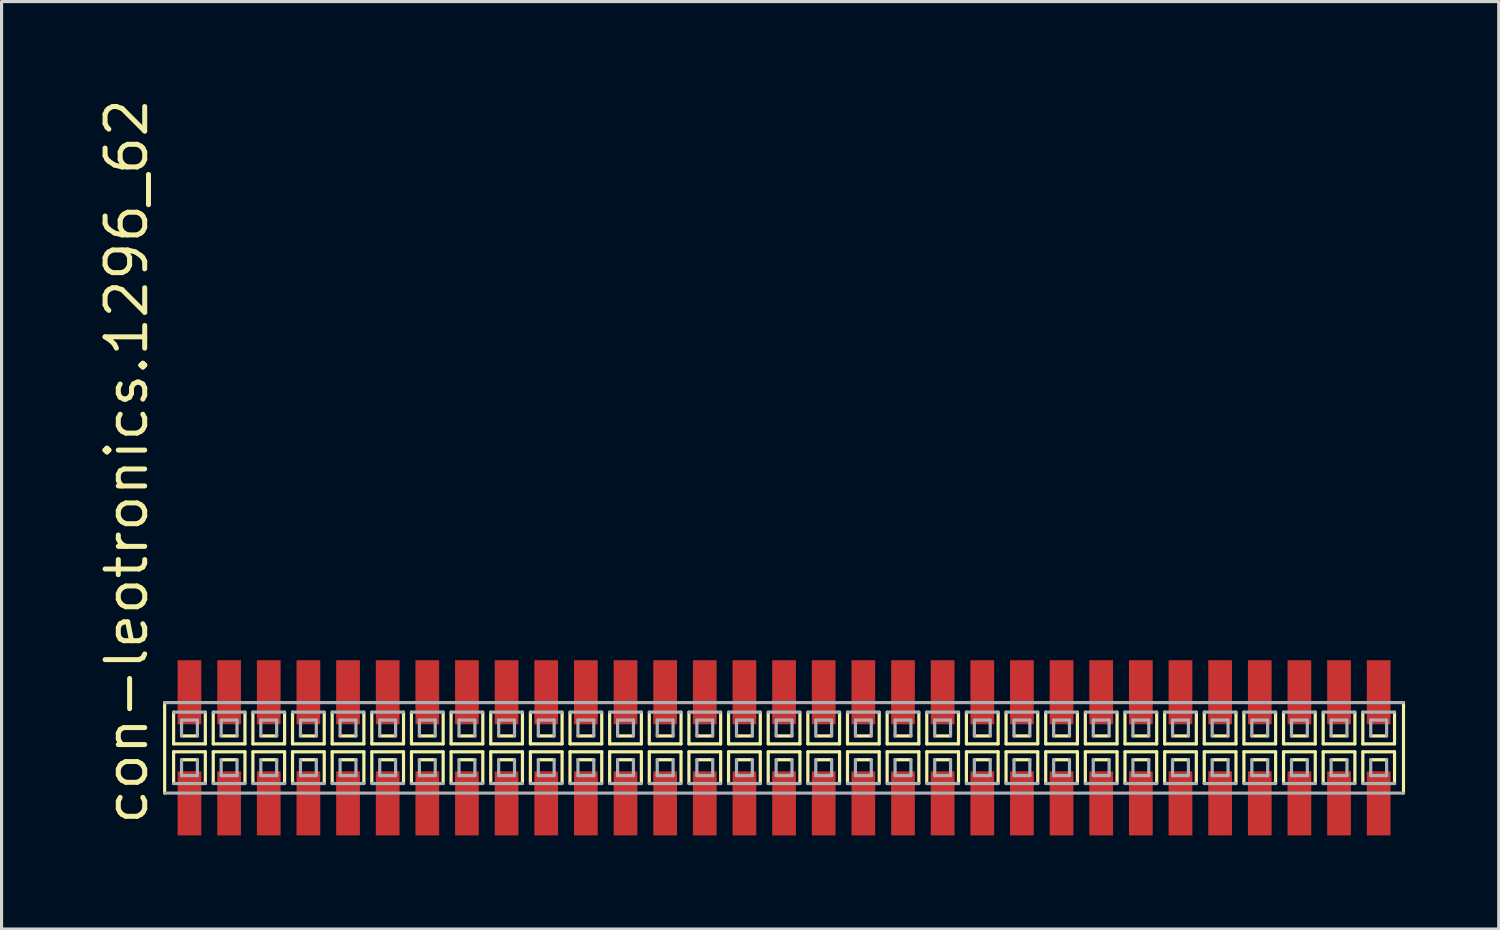
<source format=kicad_pcb>
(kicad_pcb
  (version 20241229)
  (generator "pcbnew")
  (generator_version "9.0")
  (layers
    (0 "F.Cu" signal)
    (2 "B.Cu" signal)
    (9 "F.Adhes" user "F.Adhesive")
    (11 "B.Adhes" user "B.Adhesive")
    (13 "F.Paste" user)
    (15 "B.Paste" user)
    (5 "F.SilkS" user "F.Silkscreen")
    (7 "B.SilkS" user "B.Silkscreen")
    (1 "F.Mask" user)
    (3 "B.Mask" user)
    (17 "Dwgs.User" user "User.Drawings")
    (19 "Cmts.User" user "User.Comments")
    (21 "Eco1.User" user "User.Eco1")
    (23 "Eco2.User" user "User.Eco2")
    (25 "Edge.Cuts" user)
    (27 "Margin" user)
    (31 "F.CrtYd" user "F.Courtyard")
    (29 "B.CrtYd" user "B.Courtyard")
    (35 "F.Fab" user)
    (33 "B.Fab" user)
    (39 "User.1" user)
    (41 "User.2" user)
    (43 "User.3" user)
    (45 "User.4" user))
  (footprint "con-leotronics.1296_62"
    (layer "F.Cu")
    (at 22.07 20.909)
    (property "Reference" "con-leotronics.1296_62" (at -20.32 2.54 90) (layer "F.SilkS") (effects (font (size 1.27 1.27) (thickness 0.16)) (justify left bottom)))
    (attr smd)
    (fp_line (start -19.845 -1.45) (end -19.845 1.45) (stroke (width 0.102) (type default)) (layer "F.SilkS"))
    (fp_line (start -19.558 -1.143) (end -19.558 -0.127) (stroke (width 0.102) (type default)) (layer "F.SilkS"))
    (fp_line (start -19.558 -0.127) (end -18.542 -0.127) (stroke (width 0.102) (type default)) (layer "F.SilkS"))
    (fp_line (start -19.558 0.127) (end -19.558 1.143) (stroke (width 0.102) (type default)) (layer "F.SilkS"))
    (fp_line (start -19.304 -0.381) (end -18.796 -0.381) (stroke (width 0.102) (type default)) (layer "F.SilkS"))
    (fp_line (start -18.796 0.381) (end -19.304 0.381) (stroke (width 0.102) (type default)) (layer "F.SilkS"))
    (fp_line (start -18.542 -0.127) (end -18.542 -1.143) (stroke (width 0.102) (type default)) (layer "F.SilkS"))
    (fp_line (start -18.542 0.127) (end -19.558 0.127) (stroke (width 0.102) (type default)) (layer "F.SilkS"))
    (fp_line (start -18.542 1.143) (end -18.542 0.127) (stroke (width 0.102) (type default)) (layer "F.SilkS"))
    (fp_line (start -18.288 -1.143) (end -18.288 -0.127) (stroke (width 0.102) (type default)) (layer "F.SilkS"))
    (fp_line (start -18.288 -0.127) (end -17.272 -0.127) (stroke (width 0.102) (type default)) (layer "F.SilkS"))
    (fp_line (start -18.288 0.127) (end -18.288 1.143) (stroke (width 0.102) (type default)) (layer "F.SilkS"))
    (fp_line (start -18.034 -0.381) (end -17.526 -0.381) (stroke (width 0.102) (type default)) (layer "F.SilkS"))
    (fp_line (start -17.526 0.381) (end -18.034 0.381) (stroke (width 0.102) (type default)) (layer "F.SilkS"))
    (fp_line (start -17.272 -0.127) (end -17.272 -1.143) (stroke (width 0.102) (type default)) (layer "F.SilkS"))
    (fp_line (start -17.272 0.127) (end -18.288 0.127) (stroke (width 0.102) (type default)) (layer "F.SilkS"))
    (fp_line (start -17.272 1.143) (end -17.272 0.127) (stroke (width 0.102) (type default)) (layer "F.SilkS"))
    (fp_line (start -17.018 -1.143) (end -17.018 -0.127) (stroke (width 0.102) (type default)) (layer "F.SilkS"))
    (fp_line (start -17.018 -0.127) (end -16.002 -0.127) (stroke (width 0.102) (type default)) (layer "F.SilkS"))
    (fp_line (start -17.018 0.127) (end -17.018 1.143) (stroke (width 0.102) (type default)) (layer "F.SilkS"))
    (fp_line (start -16.764 -0.381) (end -16.256 -0.381) (stroke (width 0.102) (type default)) (layer "F.SilkS"))
    (fp_line (start -16.256 0.381) (end -16.764 0.381) (stroke (width 0.102) (type default)) (layer "F.SilkS"))
    (fp_line (start -16.002 -0.127) (end -16.002 -1.143) (stroke (width 0.102) (type default)) (layer "F.SilkS"))
    (fp_line (start -16.002 0.127) (end -17.018 0.127) (stroke (width 0.102) (type default)) (layer "F.SilkS"))
    (fp_line (start -16.002 1.143) (end -16.002 0.127) (stroke (width 0.102) (type default)) (layer "F.SilkS"))
    (fp_line (start -15.748 -1.143) (end -15.748 -0.127) (stroke (width 0.102) (type default)) (layer "F.SilkS"))
    (fp_line (start -15.748 -0.127) (end -14.732 -0.127) (stroke (width 0.102) (type default)) (layer "F.SilkS"))
    (fp_line (start -15.748 0.127) (end -15.748 1.143) (stroke (width 0.102) (type default)) (layer "F.SilkS"))
    (fp_line (start -15.494 -0.381) (end -14.986 -0.381) (stroke (width 0.102) (type default)) (layer "F.SilkS"))
    (fp_line (start -14.986 0.381) (end -15.494 0.381) (stroke (width 0.102) (type default)) (layer "F.SilkS"))
    (fp_line (start -14.732 -0.127) (end -14.732 -1.143) (stroke (width 0.102) (type default)) (layer "F.SilkS"))
    (fp_line (start -14.732 0.127) (end -15.748 0.127) (stroke (width 0.102) (type default)) (layer "F.SilkS"))
    (fp_line (start -14.732 1.143) (end -14.732 0.127) (stroke (width 0.102) (type default)) (layer "F.SilkS"))
    (fp_line (start -14.478 -1.143) (end -14.478 -0.127) (stroke (width 0.102) (type default)) (layer "F.SilkS"))
    (fp_line (start -14.478 -0.127) (end -13.462 -0.127) (stroke (width 0.102) (type default)) (layer "F.SilkS"))
    (fp_line (start -14.478 0.127) (end -14.478 1.143) (stroke (width 0.102) (type default)) (layer "F.SilkS"))
    (fp_line (start -14.224 -0.381) (end -13.716 -0.381) (stroke (width 0.102) (type default)) (layer "F.SilkS"))
    (fp_line (start -13.716 0.381) (end -14.224 0.381) (stroke (width 0.102) (type default)) (layer "F.SilkS"))
    (fp_line (start -13.462 -0.127) (end -13.462 -1.143) (stroke (width 0.102) (type default)) (layer "F.SilkS"))
    (fp_line (start -13.462 0.127) (end -14.478 0.127) (stroke (width 0.102) (type default)) (layer "F.SilkS"))
    (fp_line (start -13.462 1.143) (end -13.462 0.127) (stroke (width 0.102) (type default)) (layer "F.SilkS"))
    (fp_line (start -13.208 -1.143) (end -13.208 -0.127) (stroke (width 0.102) (type default)) (layer "F.SilkS"))
    (fp_line (start -13.208 -0.127) (end -12.192 -0.127) (stroke (width 0.102) (type default)) (layer "F.SilkS"))
    (fp_line (start -13.208 0.127) (end -13.208 1.143) (stroke (width 0.102) (type default)) (layer "F.SilkS"))
    (fp_line (start -12.954 -0.381) (end -12.446 -0.381) (stroke (width 0.102) (type default)) (layer "F.SilkS"))
    (fp_line (start -12.446 0.381) (end -12.954 0.381) (stroke (width 0.102) (type default)) (layer "F.SilkS"))
    (fp_line (start -12.192 -0.127) (end -12.192 -1.143) (stroke (width 0.102) (type default)) (layer "F.SilkS"))
    (fp_line (start -12.192 0.127) (end -13.208 0.127) (stroke (width 0.102) (type default)) (layer "F.SilkS"))
    (fp_line (start -12.192 1.143) (end -12.192 0.127) (stroke (width 0.102) (type default)) (layer "F.SilkS"))
    (fp_line (start -11.938 -1.143) (end -11.938 -0.127) (stroke (width 0.102) (type default)) (layer "F.SilkS"))
    (fp_line (start -11.938 -0.127) (end -10.922 -0.127) (stroke (width 0.102) (type default)) (layer "F.SilkS"))
    (fp_line (start -11.938 0.127) (end -11.938 1.143) (stroke (width 0.102) (type default)) (layer "F.SilkS"))
    (fp_line (start -11.684 -0.381) (end -11.176 -0.381) (stroke (width 0.102) (type default)) (layer "F.SilkS"))
    (fp_line (start -11.176 0.381) (end -11.684 0.381) (stroke (width 0.102) (type default)) (layer "F.SilkS"))
    (fp_line (start -10.922 -0.127) (end -10.922 -1.143) (stroke (width 0.102) (type default)) (layer "F.SilkS"))
    (fp_line (start -10.922 0.127) (end -11.938 0.127) (stroke (width 0.102) (type default)) (layer "F.SilkS"))
    (fp_line (start -10.922 1.143) (end -10.922 0.127) (stroke (width 0.102) (type default)) (layer "F.SilkS"))
    (fp_line (start -10.668 -1.143) (end -10.668 -0.127) (stroke (width 0.102) (type default)) (layer "F.SilkS"))
    (fp_line (start -10.668 -0.127) (end -9.652 -0.127) (stroke (width 0.102) (type default)) (layer "F.SilkS"))
    (fp_line (start -10.668 0.127) (end -10.668 1.143) (stroke (width 0.102) (type default)) (layer "F.SilkS"))
    (fp_line (start -10.414 -0.381) (end -9.906 -0.381) (stroke (width 0.102) (type default)) (layer "F.SilkS"))
    (fp_line (start -9.906 0.381) (end -10.414 0.381) (stroke (width 0.102) (type default)) (layer "F.SilkS"))
    (fp_line (start -9.652 -0.127) (end -9.652 -1.143) (stroke (width 0.102) (type default)) (layer "F.SilkS"))
    (fp_line (start -9.652 0.127) (end -10.668 0.127) (stroke (width 0.102) (type default)) (layer "F.SilkS"))
    (fp_line (start -9.652 1.143) (end -9.652 0.127) (stroke (width 0.102) (type default)) (layer "F.SilkS"))
    (fp_line (start -9.398 -1.143) (end -9.398 -0.127) (stroke (width 0.102) (type default)) (layer "F.SilkS"))
    (fp_line (start -9.398 -0.127) (end -8.382 -0.127) (stroke (width 0.102) (type default)) (layer "F.SilkS"))
    (fp_line (start -9.398 0.127) (end -9.398 1.143) (stroke (width 0.102) (type default)) (layer "F.SilkS"))
    (fp_line (start -9.144 -0.381) (end -8.636 -0.381) (stroke (width 0.102) (type default)) (layer "F.SilkS"))
    (fp_line (start -8.636 0.381) (end -9.144 0.381) (stroke (width 0.102) (type default)) (layer "F.SilkS"))
    (fp_line (start -8.382 -0.127) (end -8.382 -1.143) (stroke (width 0.102) (type default)) (layer "F.SilkS"))
    (fp_line (start -8.382 0.127) (end -9.398 0.127) (stroke (width 0.102) (type default)) (layer "F.SilkS"))
    (fp_line (start -8.382 1.143) (end -8.382 0.127) (stroke (width 0.102) (type default)) (layer "F.SilkS"))
    (fp_line (start -8.128 -1.143) (end -8.128 -0.127) (stroke (width 0.102) (type default)) (layer "F.SilkS"))
    (fp_line (start -8.128 -0.127) (end -7.112 -0.127) (stroke (width 0.102) (type default)) (layer "F.SilkS"))
    (fp_line (start -8.128 0.127) (end -8.128 1.143) (stroke (width 0.102) (type default)) (layer "F.SilkS"))
    (fp_line (start -7.874 -0.381) (end -7.366 -0.381) (stroke (width 0.102) (type default)) (layer "F.SilkS"))
    (fp_line (start -7.366 0.381) (end -7.874 0.381) (stroke (width 0.102) (type default)) (layer "F.SilkS"))
    (fp_line (start -7.112 -0.127) (end -7.112 -1.143) (stroke (width 0.102) (type default)) (layer "F.SilkS"))
    (fp_line (start -7.112 0.127) (end -8.128 0.127) (stroke (width 0.102) (type default)) (layer "F.SilkS"))
    (fp_line (start -7.112 1.143) (end -7.112 0.127) (stroke (width 0.102) (type default)) (layer "F.SilkS"))
    (fp_line (start -6.858 -1.143) (end -6.858 -0.127) (stroke (width 0.102) (type default)) (layer "F.SilkS"))
    (fp_line (start -6.858 -0.127) (end -5.842 -0.127) (stroke (width 0.102) (type default)) (layer "F.SilkS"))
    (fp_line (start -6.858 0.127) (end -6.858 1.143) (stroke (width 0.102) (type default)) (layer "F.SilkS"))
    (fp_line (start -6.604 -0.381) (end -6.096 -0.381) (stroke (width 0.102) (type default)) (layer "F.SilkS"))
    (fp_line (start -6.096 0.381) (end -6.604 0.381) (stroke (width 0.102) (type default)) (layer "F.SilkS"))
    (fp_line (start -5.842 -0.127) (end -5.842 -1.143) (stroke (width 0.102) (type default)) (layer "F.SilkS"))
    (fp_line (start -5.842 0.127) (end -6.858 0.127) (stroke (width 0.102) (type default)) (layer "F.SilkS"))
    (fp_line (start -5.842 1.143) (end -5.842 0.127) (stroke (width 0.102) (type default)) (layer "F.SilkS"))
    (fp_line (start -5.588 -1.143) (end -5.588 -0.127) (stroke (width 0.102) (type default)) (layer "F.SilkS"))
    (fp_line (start -5.588 -0.127) (end -4.572 -0.127) (stroke (width 0.102) (type default)) (layer "F.SilkS"))
    (fp_line (start -5.588 0.127) (end -5.588 1.143) (stroke (width 0.102) (type default)) (layer "F.SilkS"))
    (fp_line (start -5.334 -0.381) (end -4.826 -0.381) (stroke (width 0.102) (type default)) (layer "F.SilkS"))
    (fp_line (start -4.826 0.381) (end -5.334 0.381) (stroke (width 0.102) (type default)) (layer "F.SilkS"))
    (fp_line (start -4.572 -0.127) (end -4.572 -1.143) (stroke (width 0.102) (type default)) (layer "F.SilkS"))
    (fp_line (start -4.572 0.127) (end -5.588 0.127) (stroke (width 0.102) (type default)) (layer "F.SilkS"))
    (fp_line (start -4.572 1.143) (end -4.572 0.127) (stroke (width 0.102) (type default)) (layer "F.SilkS"))
    (fp_line (start -4.318 -1.143) (end -4.318 -0.127) (stroke (width 0.102) (type default)) (layer "F.SilkS"))
    (fp_line (start -4.318 -0.127) (end -3.302 -0.127) (stroke (width 0.102) (type default)) (layer "F.SilkS"))
    (fp_line (start -4.318 0.127) (end -4.318 1.143) (stroke (width 0.102) (type default)) (layer "F.SilkS"))
    (fp_line (start -4.064 -0.381) (end -3.556 -0.381) (stroke (width 0.102) (type default)) (layer "F.SilkS"))
    (fp_line (start -3.556 0.381) (end -4.064 0.381) (stroke (width 0.102) (type default)) (layer "F.SilkS"))
    (fp_line (start -3.302 -0.127) (end -3.302 -1.143) (stroke (width 0.102) (type default)) (layer "F.SilkS"))
    (fp_line (start -3.302 0.127) (end -4.318 0.127) (stroke (width 0.102) (type default)) (layer "F.SilkS"))
    (fp_line (start -3.302 1.143) (end -3.302 0.127) (stroke (width 0.102) (type default)) (layer "F.SilkS"))
    (fp_line (start -3.048 -1.143) (end -3.048 -0.127) (stroke (width 0.102) (type default)) (layer "F.SilkS"))
    (fp_line (start -3.048 -0.127) (end -2.032 -0.127) (stroke (width 0.102) (type default)) (layer "F.SilkS"))
    (fp_line (start -3.048 0.127) (end -3.048 1.143) (stroke (width 0.102) (type default)) (layer "F.SilkS"))
    (fp_line (start -2.794 -0.381) (end -2.286 -0.381) (stroke (width 0.102) (type default)) (layer "F.SilkS"))
    (fp_line (start -2.286 0.381) (end -2.794 0.381) (stroke (width 0.102) (type default)) (layer "F.SilkS"))
    (fp_line (start -2.032 -0.127) (end -2.032 -1.143) (stroke (width 0.102) (type default)) (layer "F.SilkS"))
    (fp_line (start -2.032 0.127) (end -3.048 0.127) (stroke (width 0.102) (type default)) (layer "F.SilkS"))
    (fp_line (start -2.032 1.143) (end -2.032 0.127) (stroke (width 0.102) (type default)) (layer "F.SilkS"))
    (fp_line (start -1.778 -1.143) (end -1.778 -0.127) (stroke (width 0.102) (type default)) (layer "F.SilkS"))
    (fp_line (start -1.778 -0.127) (end -0.762 -0.127) (stroke (width 0.102) (type default)) (layer "F.SilkS"))
    (fp_line (start -1.778 0.127) (end -1.778 1.143) (stroke (width 0.102) (type default)) (layer "F.SilkS"))
    (fp_line (start -1.524 -0.381) (end -1.016 -0.381) (stroke (width 0.102) (type default)) (layer "F.SilkS"))
    (fp_line (start -1.016 0.381) (end -1.524 0.381) (stroke (width 0.102) (type default)) (layer "F.SilkS"))
    (fp_line (start -0.762 -0.127) (end -0.762 -1.143) (stroke (width 0.102) (type default)) (layer "F.SilkS"))
    (fp_line (start -0.762 0.127) (end -1.778 0.127) (stroke (width 0.102) (type default)) (layer "F.SilkS"))
    (fp_line (start -0.762 1.143) (end -0.762 0.127) (stroke (width 0.102) (type default)) (layer "F.SilkS"))
    (fp_line (start -0.508 -1.143) (end -0.508 -0.127) (stroke (width 0.102) (type default)) (layer "F.SilkS"))
    (fp_line (start -0.508 -0.127) (end 0.508 -0.127) (stroke (width 0.102) (type default)) (layer "F.SilkS"))
    (fp_line (start -0.508 0.127) (end -0.508 1.143) (stroke (width 0.102) (type default)) (layer "F.SilkS"))
    (fp_line (start -0.254 -0.381) (end 0.254 -0.381) (stroke (width 0.102) (type default)) (layer "F.SilkS"))
    (fp_line (start 0.254 0.381) (end -0.254 0.381) (stroke (width 0.102) (type default)) (layer "F.SilkS"))
    (fp_line (start 0.508 -0.127) (end 0.508 -1.143) (stroke (width 0.102) (type default)) (layer "F.SilkS"))
    (fp_line (start 0.508 0.127) (end -0.508 0.127) (stroke (width 0.102) (type default)) (layer "F.SilkS"))
    (fp_line (start 0.508 1.143) (end 0.508 0.127) (stroke (width 0.102) (type default)) (layer "F.SilkS"))
    (fp_line (start 0.762 -1.143) (end 0.762 -0.127) (stroke (width 0.102) (type default)) (layer "F.SilkS"))
    (fp_line (start 0.762 -0.127) (end 1.778 -0.127) (stroke (width 0.102) (type default)) (layer "F.SilkS"))
    (fp_line (start 0.762 0.127) (end 0.762 1.143) (stroke (width 0.102) (type default)) (layer "F.SilkS"))
    (fp_line (start 1.016 -0.381) (end 1.524 -0.381) (stroke (width 0.102) (type default)) (layer "F.SilkS"))
    (fp_line (start 1.524 0.381) (end 1.016 0.381) (stroke (width 0.102) (type default)) (layer "F.SilkS"))
    (fp_line (start 1.778 -0.127) (end 1.778 -1.143) (stroke (width 0.102) (type default)) (layer "F.SilkS"))
    (fp_line (start 1.778 0.127) (end 0.762 0.127) (stroke (width 0.102) (type default)) (layer "F.SilkS"))
    (fp_line (start 1.778 1.143) (end 1.778 0.127) (stroke (width 0.102) (type default)) (layer "F.SilkS"))
    (fp_line (start 2.032 -1.143) (end 2.032 -0.127) (stroke (width 0.102) (type default)) (layer "F.SilkS"))
    (fp_line (start 2.032 -0.127) (end 3.048 -0.127) (stroke (width 0.102) (type default)) (layer "F.SilkS"))
    (fp_line (start 2.032 0.127) (end 2.032 1.143) (stroke (width 0.102) (type default)) (layer "F.SilkS"))
    (fp_line (start 2.286 -0.381) (end 2.794 -0.381) (stroke (width 0.102) (type default)) (layer "F.SilkS"))
    (fp_line (start 2.794 0.381) (end 2.286 0.381) (stroke (width 0.102) (type default)) (layer "F.SilkS"))
    (fp_line (start 3.048 -0.127) (end 3.048 -1.143) (stroke (width 0.102) (type default)) (layer "F.SilkS"))
    (fp_line (start 3.048 0.127) (end 2.032 0.127) (stroke (width 0.102) (type default)) (layer "F.SilkS"))
    (fp_line (start 3.048 1.143) (end 3.048 0.127) (stroke (width 0.102) (type default)) (layer "F.SilkS"))
    (fp_line (start 3.302 -1.143) (end 3.302 -0.127) (stroke (width 0.102) (type default)) (layer "F.SilkS"))
    (fp_line (start 3.302 -0.127) (end 4.318 -0.127) (stroke (width 0.102) (type default)) (layer "F.SilkS"))
    (fp_line (start 3.302 0.127) (end 3.302 1.143) (stroke (width 0.102) (type default)) (layer "F.SilkS"))
    (fp_line (start 3.556 -0.381) (end 4.064 -0.381) (stroke (width 0.102) (type default)) (layer "F.SilkS"))
    (fp_line (start 4.064 0.381) (end 3.556 0.381) (stroke (width 0.102) (type default)) (layer "F.SilkS"))
    (fp_line (start 4.318 -0.127) (end 4.318 -1.143) (stroke (width 0.102) (type default)) (layer "F.SilkS"))
    (fp_line (start 4.318 0.127) (end 3.302 0.127) (stroke (width 0.102) (type default)) (layer "F.SilkS"))
    (fp_line (start 4.318 1.143) (end 4.318 0.127) (stroke (width 0.102) (type default)) (layer "F.SilkS"))
    (fp_line (start 4.572 -1.143) (end 4.572 -0.127) (stroke (width 0.102) (type default)) (layer "F.SilkS"))
    (fp_line (start 4.572 -0.127) (end 5.588 -0.127) (stroke (width 0.102) (type default)) (layer "F.SilkS"))
    (fp_line (start 4.572 0.127) (end 4.572 1.143) (stroke (width 0.102) (type default)) (layer "F.SilkS"))
    (fp_line (start 4.826 -0.381) (end 5.334 -0.381) (stroke (width 0.102) (type default)) (layer "F.SilkS"))
    (fp_line (start 5.334 0.381) (end 4.826 0.381) (stroke (width 0.102) (type default)) (layer "F.SilkS"))
    (fp_line (start 5.588 -0.127) (end 5.588 -1.143) (stroke (width 0.102) (type default)) (layer "F.SilkS"))
    (fp_line (start 5.588 0.127) (end 4.572 0.127) (stroke (width 0.102) (type default)) (layer "F.SilkS"))
    (fp_line (start 5.588 1.143) (end 5.588 0.127) (stroke (width 0.102) (type default)) (layer "F.SilkS"))
    (fp_line (start 5.842 -1.143) (end 5.842 -0.127) (stroke (width 0.102) (type default)) (layer "F.SilkS"))
    (fp_line (start 5.842 -0.127) (end 6.858 -0.127) (stroke (width 0.102) (type default)) (layer "F.SilkS"))
    (fp_line (start 5.842 0.127) (end 5.842 1.143) (stroke (width 0.102) (type default)) (layer "F.SilkS"))
    (fp_line (start 6.096 -0.381) (end 6.604 -0.381) (stroke (width 0.102) (type default)) (layer "F.SilkS"))
    (fp_line (start 6.604 0.381) (end 6.096 0.381) (stroke (width 0.102) (type default)) (layer "F.SilkS"))
    (fp_line (start 6.858 -0.127) (end 6.858 -1.143) (stroke (width 0.102) (type default)) (layer "F.SilkS"))
    (fp_line (start 6.858 0.127) (end 5.842 0.127) (stroke (width 0.102) (type default)) (layer "F.SilkS"))
    (fp_line (start 6.858 1.143) (end 6.858 0.127) (stroke (width 0.102) (type default)) (layer "F.SilkS"))
    (fp_line (start 7.112 -1.143) (end 7.112 -0.127) (stroke (width 0.102) (type default)) (layer "F.SilkS"))
    (fp_line (start 7.112 -0.127) (end 8.128 -0.127) (stroke (width 0.102) (type default)) (layer "F.SilkS"))
    (fp_line (start 7.112 0.127) (end 7.112 1.143) (stroke (width 0.102) (type default)) (layer "F.SilkS"))
    (fp_line (start 7.366 -0.381) (end 7.874 -0.381) (stroke (width 0.102) (type default)) (layer "F.SilkS"))
    (fp_line (start 7.874 0.381) (end 7.366 0.381) (stroke (width 0.102) (type default)) (layer "F.SilkS"))
    (fp_line (start 8.128 -0.127) (end 8.128 -1.143) (stroke (width 0.102) (type default)) (layer "F.SilkS"))
    (fp_line (start 8.128 0.127) (end 7.112 0.127) (stroke (width 0.102) (type default)) (layer "F.SilkS"))
    (fp_line (start 8.128 1.143) (end 8.128 0.127) (stroke (width 0.102) (type default)) (layer "F.SilkS"))
    (fp_line (start 8.382 -1.143) (end 8.382 -0.127) (stroke (width 0.102) (type default)) (layer "F.SilkS"))
    (fp_line (start 8.382 -0.127) (end 9.398 -0.127) (stroke (width 0.102) (type default)) (layer "F.SilkS"))
    (fp_line (start 8.382 0.127) (end 8.382 1.143) (stroke (width 0.102) (type default)) (layer "F.SilkS"))
    (fp_line (start 8.636 -0.381) (end 9.144 -0.381) (stroke (width 0.102) (type default)) (layer "F.SilkS"))
    (fp_line (start 9.144 0.381) (end 8.636 0.381) (stroke (width 0.102) (type default)) (layer "F.SilkS"))
    (fp_line (start 9.398 -0.127) (end 9.398 -1.143) (stroke (width 0.102) (type default)) (layer "F.SilkS"))
    (fp_line (start 9.398 0.127) (end 8.382 0.127) (stroke (width 0.102) (type default)) (layer "F.SilkS"))
    (fp_line (start 9.398 1.143) (end 9.398 0.127) (stroke (width 0.102) (type default)) (layer "F.SilkS"))
    (fp_line (start 9.652 -1.143) (end 9.652 -0.127) (stroke (width 0.102) (type default)) (layer "F.SilkS"))
    (fp_line (start 9.652 -0.127) (end 10.668 -0.127) (stroke (width 0.102) (type default)) (layer "F.SilkS"))
    (fp_line (start 9.652 0.127) (end 9.652 1.143) (stroke (width 0.102) (type default)) (layer "F.SilkS"))
    (fp_line (start 9.906 -0.381) (end 10.414 -0.381) (stroke (width 0.102) (type default)) (layer "F.SilkS"))
    (fp_line (start 10.414 0.381) (end 9.906 0.381) (stroke (width 0.102) (type default)) (layer "F.SilkS"))
    (fp_line (start 10.668 -0.127) (end 10.668 -1.143) (stroke (width 0.102) (type default)) (layer "F.SilkS"))
    (fp_line (start 10.668 0.127) (end 9.652 0.127) (stroke (width 0.102) (type default)) (layer "F.SilkS"))
    (fp_line (start 10.668 1.143) (end 10.668 0.127) (stroke (width 0.102) (type default)) (layer "F.SilkS"))
    (fp_line (start 10.922 -1.143) (end 10.922 -0.127) (stroke (width 0.102) (type default)) (layer "F.SilkS"))
    (fp_line (start 10.922 -0.127) (end 11.938 -0.127) (stroke (width 0.102) (type default)) (layer "F.SilkS"))
    (fp_line (start 10.922 0.127) (end 10.922 1.143) (stroke (width 0.102) (type default)) (layer "F.SilkS"))
    (fp_line (start 11.176 -0.381) (end 11.684 -0.381) (stroke (width 0.102) (type default)) (layer "F.SilkS"))
    (fp_line (start 11.684 0.381) (end 11.176 0.381) (stroke (width 0.102) (type default)) (layer "F.SilkS"))
    (fp_line (start 11.938 -0.127) (end 11.938 -1.143) (stroke (width 0.102) (type default)) (layer "F.SilkS"))
    (fp_line (start 11.938 0.127) (end 10.922 0.127) (stroke (width 0.102) (type default)) (layer "F.SilkS"))
    (fp_line (start 11.938 1.143) (end 11.938 0.127) (stroke (width 0.102) (type default)) (layer "F.SilkS"))
    (fp_line (start 12.192 -1.143) (end 12.192 -0.127) (stroke (width 0.102) (type default)) (layer "F.SilkS"))
    (fp_line (start 12.192 -0.127) (end 13.208 -0.127) (stroke (width 0.102) (type default)) (layer "F.SilkS"))
    (fp_line (start 12.192 0.127) (end 12.192 1.143) (stroke (width 0.102) (type default)) (layer "F.SilkS"))
    (fp_line (start 12.446 -0.381) (end 12.954 -0.381) (stroke (width 0.102) (type default)) (layer "F.SilkS"))
    (fp_line (start 12.954 0.381) (end 12.446 0.381) (stroke (width 0.102) (type default)) (layer "F.SilkS"))
    (fp_line (start 13.208 -0.127) (end 13.208 -1.143) (stroke (width 0.102) (type default)) (layer "F.SilkS"))
    (fp_line (start 13.208 0.127) (end 12.192 0.127) (stroke (width 0.102) (type default)) (layer "F.SilkS"))
    (fp_line (start 13.208 1.143) (end 13.208 0.127) (stroke (width 0.102) (type default)) (layer "F.SilkS"))
    (fp_line (start 13.462 -1.143) (end 13.462 -0.127) (stroke (width 0.102) (type default)) (layer "F.SilkS"))
    (fp_line (start 13.462 -0.127) (end 14.478 -0.127) (stroke (width 0.102) (type default)) (layer "F.SilkS"))
    (fp_line (start 13.462 0.127) (end 13.462 1.143) (stroke (width 0.102) (type default)) (layer "F.SilkS"))
    (fp_line (start 13.716 -0.381) (end 14.224 -0.381) (stroke (width 0.102) (type default)) (layer "F.SilkS"))
    (fp_line (start 14.224 0.381) (end 13.716 0.381) (stroke (width 0.102) (type default)) (layer "F.SilkS"))
    (fp_line (start 14.478 -0.127) (end 14.478 -1.143) (stroke (width 0.102) (type default)) (layer "F.SilkS"))
    (fp_line (start 14.478 0.127) (end 13.462 0.127) (stroke (width 0.102) (type default)) (layer "F.SilkS"))
    (fp_line (start 14.478 1.143) (end 14.478 0.127) (stroke (width 0.102) (type default)) (layer "F.SilkS"))
    (fp_line (start 14.732 -1.143) (end 14.732 -0.127) (stroke (width 0.102) (type default)) (layer "F.SilkS"))
    (fp_line (start 14.732 -0.127) (end 15.748 -0.127) (stroke (width 0.102) (type default)) (layer "F.SilkS"))
    (fp_line (start 14.732 0.127) (end 14.732 1.143) (stroke (width 0.102) (type default)) (layer "F.SilkS"))
    (fp_line (start 14.986 -0.381) (end 15.494 -0.381) (stroke (width 0.102) (type default)) (layer "F.SilkS"))
    (fp_line (start 15.494 0.381) (end 14.986 0.381) (stroke (width 0.102) (type default)) (layer "F.SilkS"))
    (fp_line (start 15.748 -0.127) (end 15.748 -1.143) (stroke (width 0.102) (type default)) (layer "F.SilkS"))
    (fp_line (start 15.748 0.127) (end 14.732 0.127) (stroke (width 0.102) (type default)) (layer "F.SilkS"))
    (fp_line (start 15.748 1.143) (end 15.748 0.127) (stroke (width 0.102) (type default)) (layer "F.SilkS"))
    (fp_line (start 16.002 -1.143) (end 16.002 -0.127) (stroke (width 0.102) (type default)) (layer "F.SilkS"))
    (fp_line (start 16.002 -0.127) (end 17.018 -0.127) (stroke (width 0.102) (type default)) (layer "F.SilkS"))
    (fp_line (start 16.002 0.127) (end 16.002 1.143) (stroke (width 0.102) (type default)) (layer "F.SilkS"))
    (fp_line (start 16.256 -0.381) (end 16.764 -0.381) (stroke (width 0.102) (type default)) (layer "F.SilkS"))
    (fp_line (start 16.764 0.381) (end 16.256 0.381) (stroke (width 0.102) (type default)) (layer "F.SilkS"))
    (fp_line (start 17.018 -0.127) (end 17.018 -1.143) (stroke (width 0.102) (type default)) (layer "F.SilkS"))
    (fp_line (start 17.018 0.127) (end 16.002 0.127) (stroke (width 0.102) (type default)) (layer "F.SilkS"))
    (fp_line (start 17.018 1.143) (end 17.018 0.127) (stroke (width 0.102) (type default)) (layer "F.SilkS"))
    (fp_line (start 17.272 -1.143) (end 17.272 -0.127) (stroke (width 0.102) (type default)) (layer "F.SilkS"))
    (fp_line (start 17.272 -0.127) (end 18.288 -0.127) (stroke (width 0.102) (type default)) (layer "F.SilkS"))
    (fp_line (start 17.272 0.127) (end 17.272 1.143) (stroke (width 0.102) (type default)) (layer "F.SilkS"))
    (fp_line (start 17.526 -0.381) (end 18.034 -0.381) (stroke (width 0.102) (type default)) (layer "F.SilkS"))
    (fp_line (start 18.034 0.381) (end 17.526 0.381) (stroke (width 0.102) (type default)) (layer "F.SilkS"))
    (fp_line (start 18.288 -0.127) (end 18.288 -1.143) (stroke (width 0.102) (type default)) (layer "F.SilkS"))
    (fp_line (start 18.288 0.127) (end 17.272 0.127) (stroke (width 0.102) (type default)) (layer "F.SilkS"))
    (fp_line (start 18.288 1.143) (end 18.288 0.127) (stroke (width 0.102) (type default)) (layer "F.SilkS"))
    (fp_line (start 18.542 -1.143) (end 18.542 -0.127) (stroke (width 0.102) (type default)) (layer "F.SilkS"))
    (fp_line (start 18.542 -0.127) (end 19.558 -0.127) (stroke (width 0.102) (type default)) (layer "F.SilkS"))
    (fp_line (start 18.542 0.127) (end 18.542 1.143) (stroke (width 0.102) (type default)) (layer "F.SilkS"))
    (fp_line (start 18.796 -0.381) (end 19.304 -0.381) (stroke (width 0.102) (type default)) (layer "F.SilkS"))
    (fp_line (start 19.304 0.381) (end 18.796 0.381) (stroke (width 0.102) (type default)) (layer "F.SilkS"))
    (fp_line (start 19.558 -0.127) (end 19.558 -1.143) (stroke (width 0.102) (type default)) (layer "F.SilkS"))
    (fp_line (start 19.558 0.127) (end 18.542 0.127) (stroke (width 0.102) (type default)) (layer "F.SilkS"))
    (fp_line (start 19.558 1.143) (end 19.558 0.127) (stroke (width 0.102) (type default)) (layer "F.SilkS"))
    (fp_line (start 19.845 1.45) (end 19.845 -1.45) (stroke (width 0.102) (type default)) (layer "F.SilkS"))
    (fp_line (start -19.845 1.45) (end 19.845 1.45) (stroke (width 0.102) (type default)) (layer "F.Fab"))
    (fp_line (start -19.558 1.143) (end -18.542 1.143) (stroke (width 0.102) (type default)) (layer "F.Fab"))
    (fp_line (start -19.304 -0.889) (end -19.304 -0.381) (stroke (width 0.102) (type default)) (layer "F.Fab"))
    (fp_line (start -19.304 0.381) (end -19.304 0.889) (stroke (width 0.102) (type default)) (layer "F.Fab"))
    (fp_line (start -19.304 0.889) (end -18.796 0.889) (stroke (width 0.102) (type default)) (layer "F.Fab"))
    (fp_line (start -18.796 -0.889) (end -19.304 -0.889) (stroke (width 0.102) (type default)) (layer "F.Fab"))
    (fp_line (start -18.796 -0.381) (end -18.796 -0.889) (stroke (width 0.102) (type default)) (layer "F.Fab"))
    (fp_line (start -18.796 0.889) (end -18.796 0.381) (stroke (width 0.102) (type default)) (layer "F.Fab"))
    (fp_line (start -18.542 -1.143) (end -19.558 -1.143) (stroke (width 0.102) (type default)) (layer "F.Fab"))
    (fp_line (start -18.288 1.143) (end -17.272 1.143) (stroke (width 0.102) (type default)) (layer "F.Fab"))
    (fp_line (start -18.034 -0.889) (end -18.034 -0.381) (stroke (width 0.102) (type default)) (layer "F.Fab"))
    (fp_line (start -18.034 0.381) (end -18.034 0.889) (stroke (width 0.102) (type default)) (layer "F.Fab"))
    (fp_line (start -18.034 0.889) (end -17.526 0.889) (stroke (width 0.102) (type default)) (layer "F.Fab"))
    (fp_line (start -17.526 -0.889) (end -18.034 -0.889) (stroke (width 0.102) (type default)) (layer "F.Fab"))
    (fp_line (start -17.526 -0.381) (end -17.526 -0.889) (stroke (width 0.102) (type default)) (layer "F.Fab"))
    (fp_line (start -17.526 0.889) (end -17.526 0.381) (stroke (width 0.102) (type default)) (layer "F.Fab"))
    (fp_line (start -17.272 -1.143) (end -18.288 -1.143) (stroke (width 0.102) (type default)) (layer "F.Fab"))
    (fp_line (start -17.018 1.143) (end -16.002 1.143) (stroke (width 0.102) (type default)) (layer "F.Fab"))
    (fp_line (start -16.764 -0.889) (end -16.764 -0.381) (stroke (width 0.102) (type default)) (layer "F.Fab"))
    (fp_line (start -16.764 0.381) (end -16.764 0.889) (stroke (width 0.102) (type default)) (layer "F.Fab"))
    (fp_line (start -16.764 0.889) (end -16.256 0.889) (stroke (width 0.102) (type default)) (layer "F.Fab"))
    (fp_line (start -16.256 -0.889) (end -16.764 -0.889) (stroke (width 0.102) (type default)) (layer "F.Fab"))
    (fp_line (start -16.256 -0.381) (end -16.256 -0.889) (stroke (width 0.102) (type default)) (layer "F.Fab"))
    (fp_line (start -16.256 0.889) (end -16.256 0.381) (stroke (width 0.102) (type default)) (layer "F.Fab"))
    (fp_line (start -16.002 -1.143) (end -17.018 -1.143) (stroke (width 0.102) (type default)) (layer "F.Fab"))
    (fp_line (start -15.748 1.143) (end -14.732 1.143) (stroke (width 0.102) (type default)) (layer "F.Fab"))
    (fp_line (start -15.494 -0.889) (end -15.494 -0.381) (stroke (width 0.102) (type default)) (layer "F.Fab"))
    (fp_line (start -15.494 0.381) (end -15.494 0.889) (stroke (width 0.102) (type default)) (layer "F.Fab"))
    (fp_line (start -15.494 0.889) (end -14.986 0.889) (stroke (width 0.102) (type default)) (layer "F.Fab"))
    (fp_line (start -14.986 -0.889) (end -15.494 -0.889) (stroke (width 0.102) (type default)) (layer "F.Fab"))
    (fp_line (start -14.986 -0.381) (end -14.986 -0.889) (stroke (width 0.102) (type default)) (layer "F.Fab"))
    (fp_line (start -14.986 0.889) (end -14.986 0.381) (stroke (width 0.102) (type default)) (layer "F.Fab"))
    (fp_line (start -14.732 -1.143) (end -15.748 -1.143) (stroke (width 0.102) (type default)) (layer "F.Fab"))
    (fp_line (start -14.478 1.143) (end -13.462 1.143) (stroke (width 0.102) (type default)) (layer "F.Fab"))
    (fp_line (start -14.224 -0.889) (end -14.224 -0.381) (stroke (width 0.102) (type default)) (layer "F.Fab"))
    (fp_line (start -14.224 0.381) (end -14.224 0.889) (stroke (width 0.102) (type default)) (layer "F.Fab"))
    (fp_line (start -14.224 0.889) (end -13.716 0.889) (stroke (width 0.102) (type default)) (layer "F.Fab"))
    (fp_line (start -13.716 -0.889) (end -14.224 -0.889) (stroke (width 0.102) (type default)) (layer "F.Fab"))
    (fp_line (start -13.716 -0.381) (end -13.716 -0.889) (stroke (width 0.102) (type default)) (layer "F.Fab"))
    (fp_line (start -13.716 0.889) (end -13.716 0.381) (stroke (width 0.102) (type default)) (layer "F.Fab"))
    (fp_line (start -13.462 -1.143) (end -14.478 -1.143) (stroke (width 0.102) (type default)) (layer "F.Fab"))
    (fp_line (start -13.208 1.143) (end -12.192 1.143) (stroke (width 0.102) (type default)) (layer "F.Fab"))
    (fp_line (start -12.954 -0.889) (end -12.954 -0.381) (stroke (width 0.102) (type default)) (layer "F.Fab"))
    (fp_line (start -12.954 0.381) (end -12.954 0.889) (stroke (width 0.102) (type default)) (layer "F.Fab"))
    (fp_line (start -12.954 0.889) (end -12.446 0.889) (stroke (width 0.102) (type default)) (layer "F.Fab"))
    (fp_line (start -12.446 -0.889) (end -12.954 -0.889) (stroke (width 0.102) (type default)) (layer "F.Fab"))
    (fp_line (start -12.446 -0.381) (end -12.446 -0.889) (stroke (width 0.102) (type default)) (layer "F.Fab"))
    (fp_line (start -12.446 0.889) (end -12.446 0.381) (stroke (width 0.102) (type default)) (layer "F.Fab"))
    (fp_line (start -12.192 -1.143) (end -13.208 -1.143) (stroke (width 0.102) (type default)) (layer "F.Fab"))
    (fp_line (start -11.938 1.143) (end -10.922 1.143) (stroke (width 0.102) (type default)) (layer "F.Fab"))
    (fp_line (start -11.684 -0.889) (end -11.684 -0.381) (stroke (width 0.102) (type default)) (layer "F.Fab"))
    (fp_line (start -11.684 0.381) (end -11.684 0.889) (stroke (width 0.102) (type default)) (layer "F.Fab"))
    (fp_line (start -11.684 0.889) (end -11.176 0.889) (stroke (width 0.102) (type default)) (layer "F.Fab"))
    (fp_line (start -11.176 -0.889) (end -11.684 -0.889) (stroke (width 0.102) (type default)) (layer "F.Fab"))
    (fp_line (start -11.176 -0.381) (end -11.176 -0.889) (stroke (width 0.102) (type default)) (layer "F.Fab"))
    (fp_line (start -11.176 0.889) (end -11.176 0.381) (stroke (width 0.102) (type default)) (layer "F.Fab"))
    (fp_line (start -10.922 -1.143) (end -11.938 -1.143) (stroke (width 0.102) (type default)) (layer "F.Fab"))
    (fp_line (start -10.668 1.143) (end -9.652 1.143) (stroke (width 0.102) (type default)) (layer "F.Fab"))
    (fp_line (start -10.414 -0.889) (end -10.414 -0.381) (stroke (width 0.102) (type default)) (layer "F.Fab"))
    (fp_line (start -10.414 0.381) (end -10.414 0.889) (stroke (width 0.102) (type default)) (layer "F.Fab"))
    (fp_line (start -10.414 0.889) (end -9.906 0.889) (stroke (width 0.102) (type default)) (layer "F.Fab"))
    (fp_line (start -9.906 -0.889) (end -10.414 -0.889) (stroke (width 0.102) (type default)) (layer "F.Fab"))
    (fp_line (start -9.906 -0.381) (end -9.906 -0.889) (stroke (width 0.102) (type default)) (layer "F.Fab"))
    (fp_line (start -9.906 0.889) (end -9.906 0.381) (stroke (width 0.102) (type default)) (layer "F.Fab"))
    (fp_line (start -9.652 -1.143) (end -10.668 -1.143) (stroke (width 0.102) (type default)) (layer "F.Fab"))
    (fp_line (start -9.398 1.143) (end -8.382 1.143) (stroke (width 0.102) (type default)) (layer "F.Fab"))
    (fp_line (start -9.144 -0.889) (end -9.144 -0.381) (stroke (width 0.102) (type default)) (layer "F.Fab"))
    (fp_line (start -9.144 0.381) (end -9.144 0.889) (stroke (width 0.102) (type default)) (layer "F.Fab"))
    (fp_line (start -9.144 0.889) (end -8.636 0.889) (stroke (width 0.102) (type default)) (layer "F.Fab"))
    (fp_line (start -8.636 -0.889) (end -9.144 -0.889) (stroke (width 0.102) (type default)) (layer "F.Fab"))
    (fp_line (start -8.636 -0.381) (end -8.636 -0.889) (stroke (width 0.102) (type default)) (layer "F.Fab"))
    (fp_line (start -8.636 0.889) (end -8.636 0.381) (stroke (width 0.102) (type default)) (layer "F.Fab"))
    (fp_line (start -8.382 -1.143) (end -9.398 -1.143) (stroke (width 0.102) (type default)) (layer "F.Fab"))
    (fp_line (start -8.128 1.143) (end -7.112 1.143) (stroke (width 0.102) (type default)) (layer "F.Fab"))
    (fp_line (start -7.874 -0.889) (end -7.874 -0.381) (stroke (width 0.102) (type default)) (layer "F.Fab"))
    (fp_line (start -7.874 0.381) (end -7.874 0.889) (stroke (width 0.102) (type default)) (layer "F.Fab"))
    (fp_line (start -7.874 0.889) (end -7.366 0.889) (stroke (width 0.102) (type default)) (layer "F.Fab"))
    (fp_line (start -7.366 -0.889) (end -7.874 -0.889) (stroke (width 0.102) (type default)) (layer "F.Fab"))
    (fp_line (start -7.366 -0.381) (end -7.366 -0.889) (stroke (width 0.102) (type default)) (layer "F.Fab"))
    (fp_line (start -7.366 0.889) (end -7.366 0.381) (stroke (width 0.102) (type default)) (layer "F.Fab"))
    (fp_line (start -7.112 -1.143) (end -8.128 -1.143) (stroke (width 0.102) (type default)) (layer "F.Fab"))
    (fp_line (start -6.858 1.143) (end -5.842 1.143) (stroke (width 0.102) (type default)) (layer "F.Fab"))
    (fp_line (start -6.604 -0.889) (end -6.604 -0.381) (stroke (width 0.102) (type default)) (layer "F.Fab"))
    (fp_line (start -6.604 0.381) (end -6.604 0.889) (stroke (width 0.102) (type default)) (layer "F.Fab"))
    (fp_line (start -6.604 0.889) (end -6.096 0.889) (stroke (width 0.102) (type default)) (layer "F.Fab"))
    (fp_line (start -6.096 -0.889) (end -6.604 -0.889) (stroke (width 0.102) (type default)) (layer "F.Fab"))
    (fp_line (start -6.096 -0.381) (end -6.096 -0.889) (stroke (width 0.102) (type default)) (layer "F.Fab"))
    (fp_line (start -6.096 0.889) (end -6.096 0.381) (stroke (width 0.102) (type default)) (layer "F.Fab"))
    (fp_line (start -5.842 -1.143) (end -6.858 -1.143) (stroke (width 0.102) (type default)) (layer "F.Fab"))
    (fp_line (start -5.588 1.143) (end -4.572 1.143) (stroke (width 0.102) (type default)) (layer "F.Fab"))
    (fp_line (start -5.334 -0.889) (end -5.334 -0.381) (stroke (width 0.102) (type default)) (layer "F.Fab"))
    (fp_line (start -5.334 0.381) (end -5.334 0.889) (stroke (width 0.102) (type default)) (layer "F.Fab"))
    (fp_line (start -5.334 0.889) (end -4.826 0.889) (stroke (width 0.102) (type default)) (layer "F.Fab"))
    (fp_line (start -4.826 -0.889) (end -5.334 -0.889) (stroke (width 0.102) (type default)) (layer "F.Fab"))
    (fp_line (start -4.826 -0.381) (end -4.826 -0.889) (stroke (width 0.102) (type default)) (layer "F.Fab"))
    (fp_line (start -4.826 0.889) (end -4.826 0.381) (stroke (width 0.102) (type default)) (layer "F.Fab"))
    (fp_line (start -4.572 -1.143) (end -5.588 -1.143) (stroke (width 0.102) (type default)) (layer "F.Fab"))
    (fp_line (start -4.318 1.143) (end -3.302 1.143) (stroke (width 0.102) (type default)) (layer "F.Fab"))
    (fp_line (start -4.064 -0.889) (end -4.064 -0.381) (stroke (width 0.102) (type default)) (layer "F.Fab"))
    (fp_line (start -4.064 0.381) (end -4.064 0.889) (stroke (width 0.102) (type default)) (layer "F.Fab"))
    (fp_line (start -4.064 0.889) (end -3.556 0.889) (stroke (width 0.102) (type default)) (layer "F.Fab"))
    (fp_line (start -3.556 -0.889) (end -4.064 -0.889) (stroke (width 0.102) (type default)) (layer "F.Fab"))
    (fp_line (start -3.556 -0.381) (end -3.556 -0.889) (stroke (width 0.102) (type default)) (layer "F.Fab"))
    (fp_line (start -3.556 0.889) (end -3.556 0.381) (stroke (width 0.102) (type default)) (layer "F.Fab"))
    (fp_line (start -3.302 -1.143) (end -4.318 -1.143) (stroke (width 0.102) (type default)) (layer "F.Fab"))
    (fp_line (start -3.048 1.143) (end -2.032 1.143) (stroke (width 0.102) (type default)) (layer "F.Fab"))
    (fp_line (start -2.794 -0.889) (end -2.794 -0.381) (stroke (width 0.102) (type default)) (layer "F.Fab"))
    (fp_line (start -2.794 0.381) (end -2.794 0.889) (stroke (width 0.102) (type default)) (layer "F.Fab"))
    (fp_line (start -2.794 0.889) (end -2.286 0.889) (stroke (width 0.102) (type default)) (layer "F.Fab"))
    (fp_line (start -2.286 -0.889) (end -2.794 -0.889) (stroke (width 0.102) (type default)) (layer "F.Fab"))
    (fp_line (start -2.286 -0.381) (end -2.286 -0.889) (stroke (width 0.102) (type default)) (layer "F.Fab"))
    (fp_line (start -2.286 0.889) (end -2.286 0.381) (stroke (width 0.102) (type default)) (layer "F.Fab"))
    (fp_line (start -2.032 -1.143) (end -3.048 -1.143) (stroke (width 0.102) (type default)) (layer "F.Fab"))
    (fp_line (start -1.778 1.143) (end -0.762 1.143) (stroke (width 0.102) (type default)) (layer "F.Fab"))
    (fp_line (start -1.524 -0.889) (end -1.524 -0.381) (stroke (width 0.102) (type default)) (layer "F.Fab"))
    (fp_line (start -1.524 0.381) (end -1.524 0.889) (stroke (width 0.102) (type default)) (layer "F.Fab"))
    (fp_line (start -1.524 0.889) (end -1.016 0.889) (stroke (width 0.102) (type default)) (layer "F.Fab"))
    (fp_line (start -1.016 -0.889) (end -1.524 -0.889) (stroke (width 0.102) (type default)) (layer "F.Fab"))
    (fp_line (start -1.016 -0.381) (end -1.016 -0.889) (stroke (width 0.102) (type default)) (layer "F.Fab"))
    (fp_line (start -1.016 0.889) (end -1.016 0.381) (stroke (width 0.102) (type default)) (layer "F.Fab"))
    (fp_line (start -0.762 -1.143) (end -1.778 -1.143) (stroke (width 0.102) (type default)) (layer "F.Fab"))
    (fp_line (start -0.508 1.143) (end 0.508 1.143) (stroke (width 0.102) (type default)) (layer "F.Fab"))
    (fp_line (start -0.254 -0.889) (end -0.254 -0.381) (stroke (width 0.102) (type default)) (layer "F.Fab"))
    (fp_line (start -0.254 0.381) (end -0.254 0.889) (stroke (width 0.102) (type default)) (layer "F.Fab"))
    (fp_line (start -0.254 0.889) (end 0.254 0.889) (stroke (width 0.102) (type default)) (layer "F.Fab"))
    (fp_line (start 0.254 -0.889) (end -0.254 -0.889) (stroke (width 0.102) (type default)) (layer "F.Fab"))
    (fp_line (start 0.254 -0.381) (end 0.254 -0.889) (stroke (width 0.102) (type default)) (layer "F.Fab"))
    (fp_line (start 0.254 0.889) (end 0.254 0.381) (stroke (width 0.102) (type default)) (layer "F.Fab"))
    (fp_line (start 0.508 -1.143) (end -0.508 -1.143) (stroke (width 0.102) (type default)) (layer "F.Fab"))
    (fp_line (start 0.762 1.143) (end 1.778 1.143) (stroke (width 0.102) (type default)) (layer "F.Fab"))
    (fp_line (start 1.016 -0.889) (end 1.016 -0.381) (stroke (width 0.102) (type default)) (layer "F.Fab"))
    (fp_line (start 1.016 0.381) (end 1.016 0.889) (stroke (width 0.102) (type default)) (layer "F.Fab"))
    (fp_line (start 1.016 0.889) (end 1.524 0.889) (stroke (width 0.102) (type default)) (layer "F.Fab"))
    (fp_line (start 1.524 -0.889) (end 1.016 -0.889) (stroke (width 0.102) (type default)) (layer "F.Fab"))
    (fp_line (start 1.524 -0.381) (end 1.524 -0.889) (stroke (width 0.102) (type default)) (layer "F.Fab"))
    (fp_line (start 1.524 0.889) (end 1.524 0.381) (stroke (width 0.102) (type default)) (layer "F.Fab"))
    (fp_line (start 1.778 -1.143) (end 0.762 -1.143) (stroke (width 0.102) (type default)) (layer "F.Fab"))
    (fp_line (start 2.032 1.143) (end 3.048 1.143) (stroke (width 0.102) (type default)) (layer "F.Fab"))
    (fp_line (start 2.286 -0.889) (end 2.286 -0.381) (stroke (width 0.102) (type default)) (layer "F.Fab"))
    (fp_line (start 2.286 0.381) (end 2.286 0.889) (stroke (width 0.102) (type default)) (layer "F.Fab"))
    (fp_line (start 2.286 0.889) (end 2.794 0.889) (stroke (width 0.102) (type default)) (layer "F.Fab"))
    (fp_line (start 2.794 -0.889) (end 2.286 -0.889) (stroke (width 0.102) (type default)) (layer "F.Fab"))
    (fp_line (start 2.794 -0.381) (end 2.794 -0.889) (stroke (width 0.102) (type default)) (layer "F.Fab"))
    (fp_line (start 2.794 0.889) (end 2.794 0.381) (stroke (width 0.102) (type default)) (layer "F.Fab"))
    (fp_line (start 3.048 -1.143) (end 2.032 -1.143) (stroke (width 0.102) (type default)) (layer "F.Fab"))
    (fp_line (start 3.302 1.143) (end 4.318 1.143) (stroke (width 0.102) (type default)) (layer "F.Fab"))
    (fp_line (start 3.556 -0.889) (end 3.556 -0.381) (stroke (width 0.102) (type default)) (layer "F.Fab"))
    (fp_line (start 3.556 0.381) (end 3.556 0.889) (stroke (width 0.102) (type default)) (layer "F.Fab"))
    (fp_line (start 3.556 0.889) (end 4.064 0.889) (stroke (width 0.102) (type default)) (layer "F.Fab"))
    (fp_line (start 4.064 -0.889) (end 3.556 -0.889) (stroke (width 0.102) (type default)) (layer "F.Fab"))
    (fp_line (start 4.064 -0.381) (end 4.064 -0.889) (stroke (width 0.102) (type default)) (layer "F.Fab"))
    (fp_line (start 4.064 0.889) (end 4.064 0.381) (stroke (width 0.102) (type default)) (layer "F.Fab"))
    (fp_line (start 4.318 -1.143) (end 3.302 -1.143) (stroke (width 0.102) (type default)) (layer "F.Fab"))
    (fp_line (start 4.572 1.143) (end 5.588 1.143) (stroke (width 0.102) (type default)) (layer "F.Fab"))
    (fp_line (start 4.826 -0.889) (end 4.826 -0.381) (stroke (width 0.102) (type default)) (layer "F.Fab"))
    (fp_line (start 4.826 0.381) (end 4.826 0.889) (stroke (width 0.102) (type default)) (layer "F.Fab"))
    (fp_line (start 4.826 0.889) (end 5.334 0.889) (stroke (width 0.102) (type default)) (layer "F.Fab"))
    (fp_line (start 5.334 -0.889) (end 4.826 -0.889) (stroke (width 0.102) (type default)) (layer "F.Fab"))
    (fp_line (start 5.334 -0.381) (end 5.334 -0.889) (stroke (width 0.102) (type default)) (layer "F.Fab"))
    (fp_line (start 5.334 0.889) (end 5.334 0.381) (stroke (width 0.102) (type default)) (layer "F.Fab"))
    (fp_line (start 5.588 -1.143) (end 4.572 -1.143) (stroke (width 0.102) (type default)) (layer "F.Fab"))
    (fp_line (start 5.842 1.143) (end 6.858 1.143) (stroke (width 0.102) (type default)) (layer "F.Fab"))
    (fp_line (start 6.096 -0.889) (end 6.096 -0.381) (stroke (width 0.102) (type default)) (layer "F.Fab"))
    (fp_line (start 6.096 0.381) (end 6.096 0.889) (stroke (width 0.102) (type default)) (layer "F.Fab"))
    (fp_line (start 6.096 0.889) (end 6.604 0.889) (stroke (width 0.102) (type default)) (layer "F.Fab"))
    (fp_line (start 6.604 -0.889) (end 6.096 -0.889) (stroke (width 0.102) (type default)) (layer "F.Fab"))
    (fp_line (start 6.604 -0.381) (end 6.604 -0.889) (stroke (width 0.102) (type default)) (layer "F.Fab"))
    (fp_line (start 6.604 0.889) (end 6.604 0.381) (stroke (width 0.102) (type default)) (layer "F.Fab"))
    (fp_line (start 6.858 -1.143) (end 5.842 -1.143) (stroke (width 0.102) (type default)) (layer "F.Fab"))
    (fp_line (start 7.112 1.143) (end 8.128 1.143) (stroke (width 0.102) (type default)) (layer "F.Fab"))
    (fp_line (start 7.366 -0.889) (end 7.366 -0.381) (stroke (width 0.102) (type default)) (layer "F.Fab"))
    (fp_line (start 7.366 0.381) (end 7.366 0.889) (stroke (width 0.102) (type default)) (layer "F.Fab"))
    (fp_line (start 7.366 0.889) (end 7.874 0.889) (stroke (width 0.102) (type default)) (layer "F.Fab"))
    (fp_line (start 7.874 -0.889) (end 7.366 -0.889) (stroke (width 0.102) (type default)) (layer "F.Fab"))
    (fp_line (start 7.874 -0.381) (end 7.874 -0.889) (stroke (width 0.102) (type default)) (layer "F.Fab"))
    (fp_line (start 7.874 0.889) (end 7.874 0.381) (stroke (width 0.102) (type default)) (layer "F.Fab"))
    (fp_line (start 8.128 -1.143) (end 7.112 -1.143) (stroke (width 0.102) (type default)) (layer "F.Fab"))
    (fp_line (start 8.382 1.143) (end 9.398 1.143) (stroke (width 0.102) (type default)) (layer "F.Fab"))
    (fp_line (start 8.636 -0.889) (end 8.636 -0.381) (stroke (width 0.102) (type default)) (layer "F.Fab"))
    (fp_line (start 8.636 0.381) (end 8.636 0.889) (stroke (width 0.102) (type default)) (layer "F.Fab"))
    (fp_line (start 8.636 0.889) (end 9.144 0.889) (stroke (width 0.102) (type default)) (layer "F.Fab"))
    (fp_line (start 9.144 -0.889) (end 8.636 -0.889) (stroke (width 0.102) (type default)) (layer "F.Fab"))
    (fp_line (start 9.144 -0.381) (end 9.144 -0.889) (stroke (width 0.102) (type default)) (layer "F.Fab"))
    (fp_line (start 9.144 0.889) (end 9.144 0.381) (stroke (width 0.102) (type default)) (layer "F.Fab"))
    (fp_line (start 9.398 -1.143) (end 8.382 -1.143) (stroke (width 0.102) (type default)) (layer "F.Fab"))
    (fp_line (start 9.652 1.143) (end 10.668 1.143) (stroke (width 0.102) (type default)) (layer "F.Fab"))
    (fp_line (start 9.906 -0.889) (end 9.906 -0.381) (stroke (width 0.102) (type default)) (layer "F.Fab"))
    (fp_line (start 9.906 0.381) (end 9.906 0.889) (stroke (width 0.102) (type default)) (layer "F.Fab"))
    (fp_line (start 9.906 0.889) (end 10.414 0.889) (stroke (width 0.102) (type default)) (layer "F.Fab"))
    (fp_line (start 10.414 -0.889) (end 9.906 -0.889) (stroke (width 0.102) (type default)) (layer "F.Fab"))
    (fp_line (start 10.414 -0.381) (end 10.414 -0.889) (stroke (width 0.102) (type default)) (layer "F.Fab"))
    (fp_line (start 10.414 0.889) (end 10.414 0.381) (stroke (width 0.102) (type default)) (layer "F.Fab"))
    (fp_line (start 10.668 -1.143) (end 9.652 -1.143) (stroke (width 0.102) (type default)) (layer "F.Fab"))
    (fp_line (start 10.922 1.143) (end 11.938 1.143) (stroke (width 0.102) (type default)) (layer "F.Fab"))
    (fp_line (start 11.176 -0.889) (end 11.176 -0.381) (stroke (width 0.102) (type default)) (layer "F.Fab"))
    (fp_line (start 11.176 0.381) (end 11.176 0.889) (stroke (width 0.102) (type default)) (layer "F.Fab"))
    (fp_line (start 11.176 0.889) (end 11.684 0.889) (stroke (width 0.102) (type default)) (layer "F.Fab"))
    (fp_line (start 11.684 -0.889) (end 11.176 -0.889) (stroke (width 0.102) (type default)) (layer "F.Fab"))
    (fp_line (start 11.684 -0.381) (end 11.684 -0.889) (stroke (width 0.102) (type default)) (layer "F.Fab"))
    (fp_line (start 11.684 0.889) (end 11.684 0.381) (stroke (width 0.102) (type default)) (layer "F.Fab"))
    (fp_line (start 11.938 -1.143) (end 10.922 -1.143) (stroke (width 0.102) (type default)) (layer "F.Fab"))
    (fp_line (start 12.192 1.143) (end 13.208 1.143) (stroke (width 0.102) (type default)) (layer "F.Fab"))
    (fp_line (start 12.446 -0.889) (end 12.446 -0.381) (stroke (width 0.102) (type default)) (layer "F.Fab"))
    (fp_line (start 12.446 0.381) (end 12.446 0.889) (stroke (width 0.102) (type default)) (layer "F.Fab"))
    (fp_line (start 12.446 0.889) (end 12.954 0.889) (stroke (width 0.102) (type default)) (layer "F.Fab"))
    (fp_line (start 12.954 -0.889) (end 12.446 -0.889) (stroke (width 0.102) (type default)) (layer "F.Fab"))
    (fp_line (start 12.954 -0.381) (end 12.954 -0.889) (stroke (width 0.102) (type default)) (layer "F.Fab"))
    (fp_line (start 12.954 0.889) (end 12.954 0.381) (stroke (width 0.102) (type default)) (layer "F.Fab"))
    (fp_line (start 13.208 -1.143) (end 12.192 -1.143) (stroke (width 0.102) (type default)) (layer "F.Fab"))
    (fp_line (start 13.462 1.143) (end 14.478 1.143) (stroke (width 0.102) (type default)) (layer "F.Fab"))
    (fp_line (start 13.716 -0.889) (end 13.716 -0.381) (stroke (width 0.102) (type default)) (layer "F.Fab"))
    (fp_line (start 13.716 0.381) (end 13.716 0.889) (stroke (width 0.102) (type default)) (layer "F.Fab"))
    (fp_line (start 13.716 0.889) (end 14.224 0.889) (stroke (width 0.102) (type default)) (layer "F.Fab"))
    (fp_line (start 14.224 -0.889) (end 13.716 -0.889) (stroke (width 0.102) (type default)) (layer "F.Fab"))
    (fp_line (start 14.224 -0.381) (end 14.224 -0.889) (stroke (width 0.102) (type default)) (layer "F.Fab"))
    (fp_line (start 14.224 0.889) (end 14.224 0.381) (stroke (width 0.102) (type default)) (layer "F.Fab"))
    (fp_line (start 14.478 -1.143) (end 13.462 -1.143) (stroke (width 0.102) (type default)) (layer "F.Fab"))
    (fp_line (start 14.732 1.143) (end 15.748 1.143) (stroke (width 0.102) (type default)) (layer "F.Fab"))
    (fp_line (start 14.986 -0.889) (end 14.986 -0.381) (stroke (width 0.102) (type default)) (layer "F.Fab"))
    (fp_line (start 14.986 0.381) (end 14.986 0.889) (stroke (width 0.102) (type default)) (layer "F.Fab"))
    (fp_line (start 14.986 0.889) (end 15.494 0.889) (stroke (width 0.102) (type default)) (layer "F.Fab"))
    (fp_line (start 15.494 -0.889) (end 14.986 -0.889) (stroke (width 0.102) (type default)) (layer "F.Fab"))
    (fp_line (start 15.494 -0.381) (end 15.494 -0.889) (stroke (width 0.102) (type default)) (layer "F.Fab"))
    (fp_line (start 15.494 0.889) (end 15.494 0.381) (stroke (width 0.102) (type default)) (layer "F.Fab"))
    (fp_line (start 15.748 -1.143) (end 14.732 -1.143) (stroke (width 0.102) (type default)) (layer "F.Fab"))
    (fp_line (start 16.002 1.143) (end 17.018 1.143) (stroke (width 0.102) (type default)) (layer "F.Fab"))
    (fp_line (start 16.256 -0.889) (end 16.256 -0.381) (stroke (width 0.102) (type default)) (layer "F.Fab"))
    (fp_line (start 16.256 0.381) (end 16.256 0.889) (stroke (width 0.102) (type default)) (layer "F.Fab"))
    (fp_line (start 16.256 0.889) (end 16.764 0.889) (stroke (width 0.102) (type default)) (layer "F.Fab"))
    (fp_line (start 16.764 -0.889) (end 16.256 -0.889) (stroke (width 0.102) (type default)) (layer "F.Fab"))
    (fp_line (start 16.764 -0.381) (end 16.764 -0.889) (stroke (width 0.102) (type default)) (layer "F.Fab"))
    (fp_line (start 16.764 0.889) (end 16.764 0.381) (stroke (width 0.102) (type default)) (layer "F.Fab"))
    (fp_line (start 17.018 -1.143) (end 16.002 -1.143) (stroke (width 0.102) (type default)) (layer "F.Fab"))
    (fp_line (start 17.272 1.143) (end 18.288 1.143) (stroke (width 0.102) (type default)) (layer "F.Fab"))
    (fp_line (start 17.526 -0.889) (end 17.526 -0.381) (stroke (width 0.102) (type default)) (layer "F.Fab"))
    (fp_line (start 17.526 0.381) (end 17.526 0.889) (stroke (width 0.102) (type default)) (layer "F.Fab"))
    (fp_line (start 17.526 0.889) (end 18.034 0.889) (stroke (width 0.102) (type default)) (layer "F.Fab"))
    (fp_line (start 18.034 -0.889) (end 17.526 -0.889) (stroke (width 0.102) (type default)) (layer "F.Fab"))
    (fp_line (start 18.034 -0.381) (end 18.034 -0.889) (stroke (width 0.102) (type default)) (layer "F.Fab"))
    (fp_line (start 18.034 0.889) (end 18.034 0.381) (stroke (width 0.102) (type default)) (layer "F.Fab"))
    (fp_line (start 18.288 -1.143) (end 17.272 -1.143) (stroke (width 0.102) (type default)) (layer "F.Fab"))
    (fp_line (start 18.542 1.143) (end 19.558 1.143) (stroke (width 0.102) (type default)) (layer "F.Fab"))
    (fp_line (start 18.796 -0.889) (end 18.796 -0.381) (stroke (width 0.102) (type default)) (layer "F.Fab"))
    (fp_line (start 18.796 0.381) (end 18.796 0.889) (stroke (width 0.102) (type default)) (layer "F.Fab"))
    (fp_line (start 18.796 0.889) (end 19.304 0.889) (stroke (width 0.102) (type default)) (layer "F.Fab"))
    (fp_line (start 19.304 -0.889) (end 18.796 -0.889) (stroke (width 0.102) (type default)) (layer "F.Fab"))
    (fp_line (start 19.304 -0.381) (end 19.304 -0.889) (stroke (width 0.102) (type default)) (layer "F.Fab"))
    (fp_line (start 19.304 0.889) (end 19.304 0.381) (stroke (width 0.102) (type default)) (layer "F.Fab"))
    (fp_line (start 19.558 -1.143) (end 18.542 -1.143) (stroke (width 0.102) (type default)) (layer "F.Fab"))
    (fp_line (start 19.845 -1.45) (end -19.845 -1.45) (stroke (width 0.102) (type default)) (layer "F.Fab"))
    (pad "1" smd roundrect (at -19.05 1.78) (size 0.76 2.05) (layers "F.Cu" "F.Mask" "F.Paste") (roundrect_rratio 0.01))
    (pad "2" smd roundrect (at -19.05 -1.78) (size 0.76 2.05) (layers "F.Cu" "F.Mask" "F.Paste") (roundrect_rratio 0.01))
    (pad "3" smd roundrect (at -17.78 1.78) (size 0.76 2.05) (layers "F.Cu" "F.Mask" "F.Paste") (roundrect_rratio 0.01))
    (pad "4" smd roundrect (at -17.78 -1.78) (size 0.76 2.05) (layers "F.Cu" "F.Mask" "F.Paste") (roundrect_rratio 0.01))
    (pad "5" smd roundrect (at -16.51 1.78) (size 0.76 2.05) (layers "F.Cu" "F.Mask" "F.Paste") (roundrect_rratio 0.01))
    (pad "6" smd roundrect (at -16.51 -1.78) (size 0.76 2.05) (layers "F.Cu" "F.Mask" "F.Paste") (roundrect_rratio 0.01))
    (pad "7" smd roundrect (at -15.24 1.78) (size 0.76 2.05) (layers "F.Cu" "F.Mask" "F.Paste") (roundrect_rratio 0.01))
    (pad "8" smd roundrect (at -15.24 -1.78) (size 0.76 2.05) (layers "F.Cu" "F.Mask" "F.Paste") (roundrect_rratio 0.01))
    (pad "9" smd roundrect (at -13.97 1.78) (size 0.76 2.05) (layers "F.Cu" "F.Mask" "F.Paste") (roundrect_rratio 0.01))
    (pad "10" smd roundrect (at -13.97 -1.78) (size 0.76 2.05) (layers "F.Cu" "F.Mask" "F.Paste") (roundrect_rratio 0.01))
    (pad "11" smd roundrect (at -12.7 1.78) (size 0.76 2.05) (layers "F.Cu" "F.Mask" "F.Paste") (roundrect_rratio 0.01))
    (pad "12" smd roundrect (at -12.7 -1.78) (size 0.76 2.05) (layers "F.Cu" "F.Mask" "F.Paste") (roundrect_rratio 0.01))
    (pad "13" smd roundrect (at -11.43 1.78) (size 0.76 2.05) (layers "F.Cu" "F.Mask" "F.Paste") (roundrect_rratio 0.01))
    (pad "14" smd roundrect (at -11.43 -1.78) (size 0.76 2.05) (layers "F.Cu" "F.Mask" "F.Paste") (roundrect_rratio 0.01))
    (pad "15" smd roundrect (at -10.16 1.78) (size 0.76 2.05) (layers "F.Cu" "F.Mask" "F.Paste") (roundrect_rratio 0.01))
    (pad "16" smd roundrect (at -10.16 -1.78) (size 0.76 2.05) (layers "F.Cu" "F.Mask" "F.Paste") (roundrect_rratio 0.01))
    (pad "17" smd roundrect (at -8.89 1.78) (size 0.76 2.05) (layers "F.Cu" "F.Mask" "F.Paste") (roundrect_rratio 0.01))
    (pad "18" smd roundrect (at -8.89 -1.78) (size 0.76 2.05) (layers "F.Cu" "F.Mask" "F.Paste") (roundrect_rratio 0.01))
    (pad "19" smd roundrect (at -7.62 1.78) (size 0.76 2.05) (layers "F.Cu" "F.Mask" "F.Paste") (roundrect_rratio 0.01))
    (pad "20" smd roundrect (at -7.62 -1.78) (size 0.76 2.05) (layers "F.Cu" "F.Mask" "F.Paste") (roundrect_rratio 0.01))
    (pad "21" smd roundrect (at -6.35 1.78) (size 0.76 2.05) (layers "F.Cu" "F.Mask" "F.Paste") (roundrect_rratio 0.01))
    (pad "22" smd roundrect (at -6.35 -1.78) (size 0.76 2.05) (layers "F.Cu" "F.Mask" "F.Paste") (roundrect_rratio 0.01))
    (pad "23" smd roundrect (at -5.08 1.78) (size 0.76 2.05) (layers "F.Cu" "F.Mask" "F.Paste") (roundrect_rratio 0.01))
    (pad "24" smd roundrect (at -5.08 -1.78) (size 0.76 2.05) (layers "F.Cu" "F.Mask" "F.Paste") (roundrect_rratio 0.01))
    (pad "25" smd roundrect (at -3.81 1.78) (size 0.76 2.05) (layers "F.Cu" "F.Mask" "F.Paste") (roundrect_rratio 0.01))
    (pad "26" smd roundrect (at -3.81 -1.78) (size 0.76 2.05) (layers "F.Cu" "F.Mask" "F.Paste") (roundrect_rratio 0.01))
    (pad "27" smd roundrect (at -2.54 1.78) (size 0.76 2.05) (layers "F.Cu" "F.Mask" "F.Paste") (roundrect_rratio 0.01))
    (pad "28" smd roundrect (at -2.54 -1.78) (size 0.76 2.05) (layers "F.Cu" "F.Mask" "F.Paste") (roundrect_rratio 0.01))
    (pad "29" smd roundrect (at -1.27 1.78) (size 0.76 2.05) (layers "F.Cu" "F.Mask" "F.Paste") (roundrect_rratio 0.01))
    (pad "30" smd roundrect (at -1.27 -1.78) (size 0.76 2.05) (layers "F.Cu" "F.Mask" "F.Paste") (roundrect_rratio 0.01))
    (pad "31" smd roundrect (at 0 1.78) (size 0.76 2.05) (layers "F.Cu" "F.Mask" "F.Paste") (roundrect_rratio 0.01))
    (pad "32" smd roundrect (at 0 -1.78) (size 0.76 2.05) (layers "F.Cu" "F.Mask" "F.Paste") (roundrect_rratio 0.01))
    (pad "33" smd roundrect (at 1.27 1.78) (size 0.76 2.05) (layers "F.Cu" "F.Mask" "F.Paste") (roundrect_rratio 0.01))
    (pad "34" smd roundrect (at 1.27 -1.78) (size 0.76 2.05) (layers "F.Cu" "F.Mask" "F.Paste") (roundrect_rratio 0.01))
    (pad "35" smd roundrect (at 2.54 1.78) (size 0.76 2.05) (layers "F.Cu" "F.Mask" "F.Paste") (roundrect_rratio 0.01))
    (pad "36" smd roundrect (at 2.54 -1.78) (size 0.76 2.05) (layers "F.Cu" "F.Mask" "F.Paste") (roundrect_rratio 0.01))
    (pad "37" smd roundrect (at 3.81 1.78) (size 0.76 2.05) (layers "F.Cu" "F.Mask" "F.Paste") (roundrect_rratio 0.01))
    (pad "38" smd roundrect (at 3.81 -1.78) (size 0.76 2.05) (layers "F.Cu" "F.Mask" "F.Paste") (roundrect_rratio 0.01))
    (pad "39" smd roundrect (at 5.08 1.78) (size 0.76 2.05) (layers "F.Cu" "F.Mask" "F.Paste") (roundrect_rratio 0.01))
    (pad "40" smd roundrect (at 5.08 -1.78) (size 0.76 2.05) (layers "F.Cu" "F.Mask" "F.Paste") (roundrect_rratio 0.01))
    (pad "41" smd roundrect (at 6.35 1.78) (size 0.76 2.05) (layers "F.Cu" "F.Mask" "F.Paste") (roundrect_rratio 0.01))
    (pad "42" smd roundrect (at 6.35 -1.78) (size 0.76 2.05) (layers "F.Cu" "F.Mask" "F.Paste") (roundrect_rratio 0.01))
    (pad "43" smd roundrect (at 7.62 1.78) (size 0.76 2.05) (layers "F.Cu" "F.Mask" "F.Paste") (roundrect_rratio 0.01))
    (pad "44" smd roundrect (at 7.62 -1.78) (size 0.76 2.05) (layers "F.Cu" "F.Mask" "F.Paste") (roundrect_rratio 0.01))
    (pad "45" smd roundrect (at 8.89 1.78) (size 0.76 2.05) (layers "F.Cu" "F.Mask" "F.Paste") (roundrect_rratio 0.01))
    (pad "46" smd roundrect (at 8.89 -1.78) (size 0.76 2.05) (layers "F.Cu" "F.Mask" "F.Paste") (roundrect_rratio 0.01))
    (pad "47" smd roundrect (at 10.16 1.78) (size 0.76 2.05) (layers "F.Cu" "F.Mask" "F.Paste") (roundrect_rratio 0.01))
    (pad "48" smd roundrect (at 10.16 -1.78) (size 0.76 2.05) (layers "F.Cu" "F.Mask" "F.Paste") (roundrect_rratio 0.01))
    (pad "49" smd roundrect (at 11.43 1.78) (size 0.76 2.05) (layers "F.Cu" "F.Mask" "F.Paste") (roundrect_rratio 0.01))
    (pad "50" smd roundrect (at 11.43 -1.78) (size 0.76 2.05) (layers "F.Cu" "F.Mask" "F.Paste") (roundrect_rratio 0.01))
    (pad "51" smd roundrect (at 12.7 1.78) (size 0.76 2.05) (layers "F.Cu" "F.Mask" "F.Paste") (roundrect_rratio 0.01))
    (pad "52" smd roundrect (at 12.7 -1.78) (size 0.76 2.05) (layers "F.Cu" "F.Mask" "F.Paste") (roundrect_rratio 0.01))
    (pad "53" smd roundrect (at 13.97 1.78) (size 0.76 2.05) (layers "F.Cu" "F.Mask" "F.Paste") (roundrect_rratio 0.01))
    (pad "54" smd roundrect (at 13.97 -1.78) (size 0.76 2.05) (layers "F.Cu" "F.Mask" "F.Paste") (roundrect_rratio 0.01))
    (pad "55" smd roundrect (at 15.24 1.78) (size 0.76 2.05) (layers "F.Cu" "F.Mask" "F.Paste") (roundrect_rratio 0.01))
    (pad "56" smd roundrect (at 15.24 -1.78) (size 0.76 2.05) (layers "F.Cu" "F.Mask" "F.Paste") (roundrect_rratio 0.01))
    (pad "57" smd roundrect (at 16.51 1.78) (size 0.76 2.05) (layers "F.Cu" "F.Mask" "F.Paste") (roundrect_rratio 0.01))
    (pad "58" smd roundrect (at 16.51 -1.78) (size 0.76 2.05) (layers "F.Cu" "F.Mask" "F.Paste") (roundrect_rratio 0.01))
    (pad "59" smd roundrect (at 17.78 1.78) (size 0.76 2.05) (layers "F.Cu" "F.Mask" "F.Paste") (roundrect_rratio 0.01))
    (pad "60" smd roundrect (at 17.78 -1.78) (size 0.76 2.05) (layers "F.Cu" "F.Mask" "F.Paste") (roundrect_rratio 0.01))
    (pad "61" smd roundrect (at 19.05 1.78) (size 0.76 2.05) (layers "F.Cu" "F.Mask" "F.Paste") (roundrect_rratio 0.01))
    (pad "62" smd roundrect (at 19.05 -1.78) (size 0.76 2.05) (layers "F.Cu" "F.Mask" "F.Paste") (roundrect_rratio 0.01)))
  (gr_rect
    (start -3 -3)
    (end 44.966 26.714)
    (stroke (width 0.1) (type default))
    (fill no)
    (layer "Edge.Cuts")))
</source>
